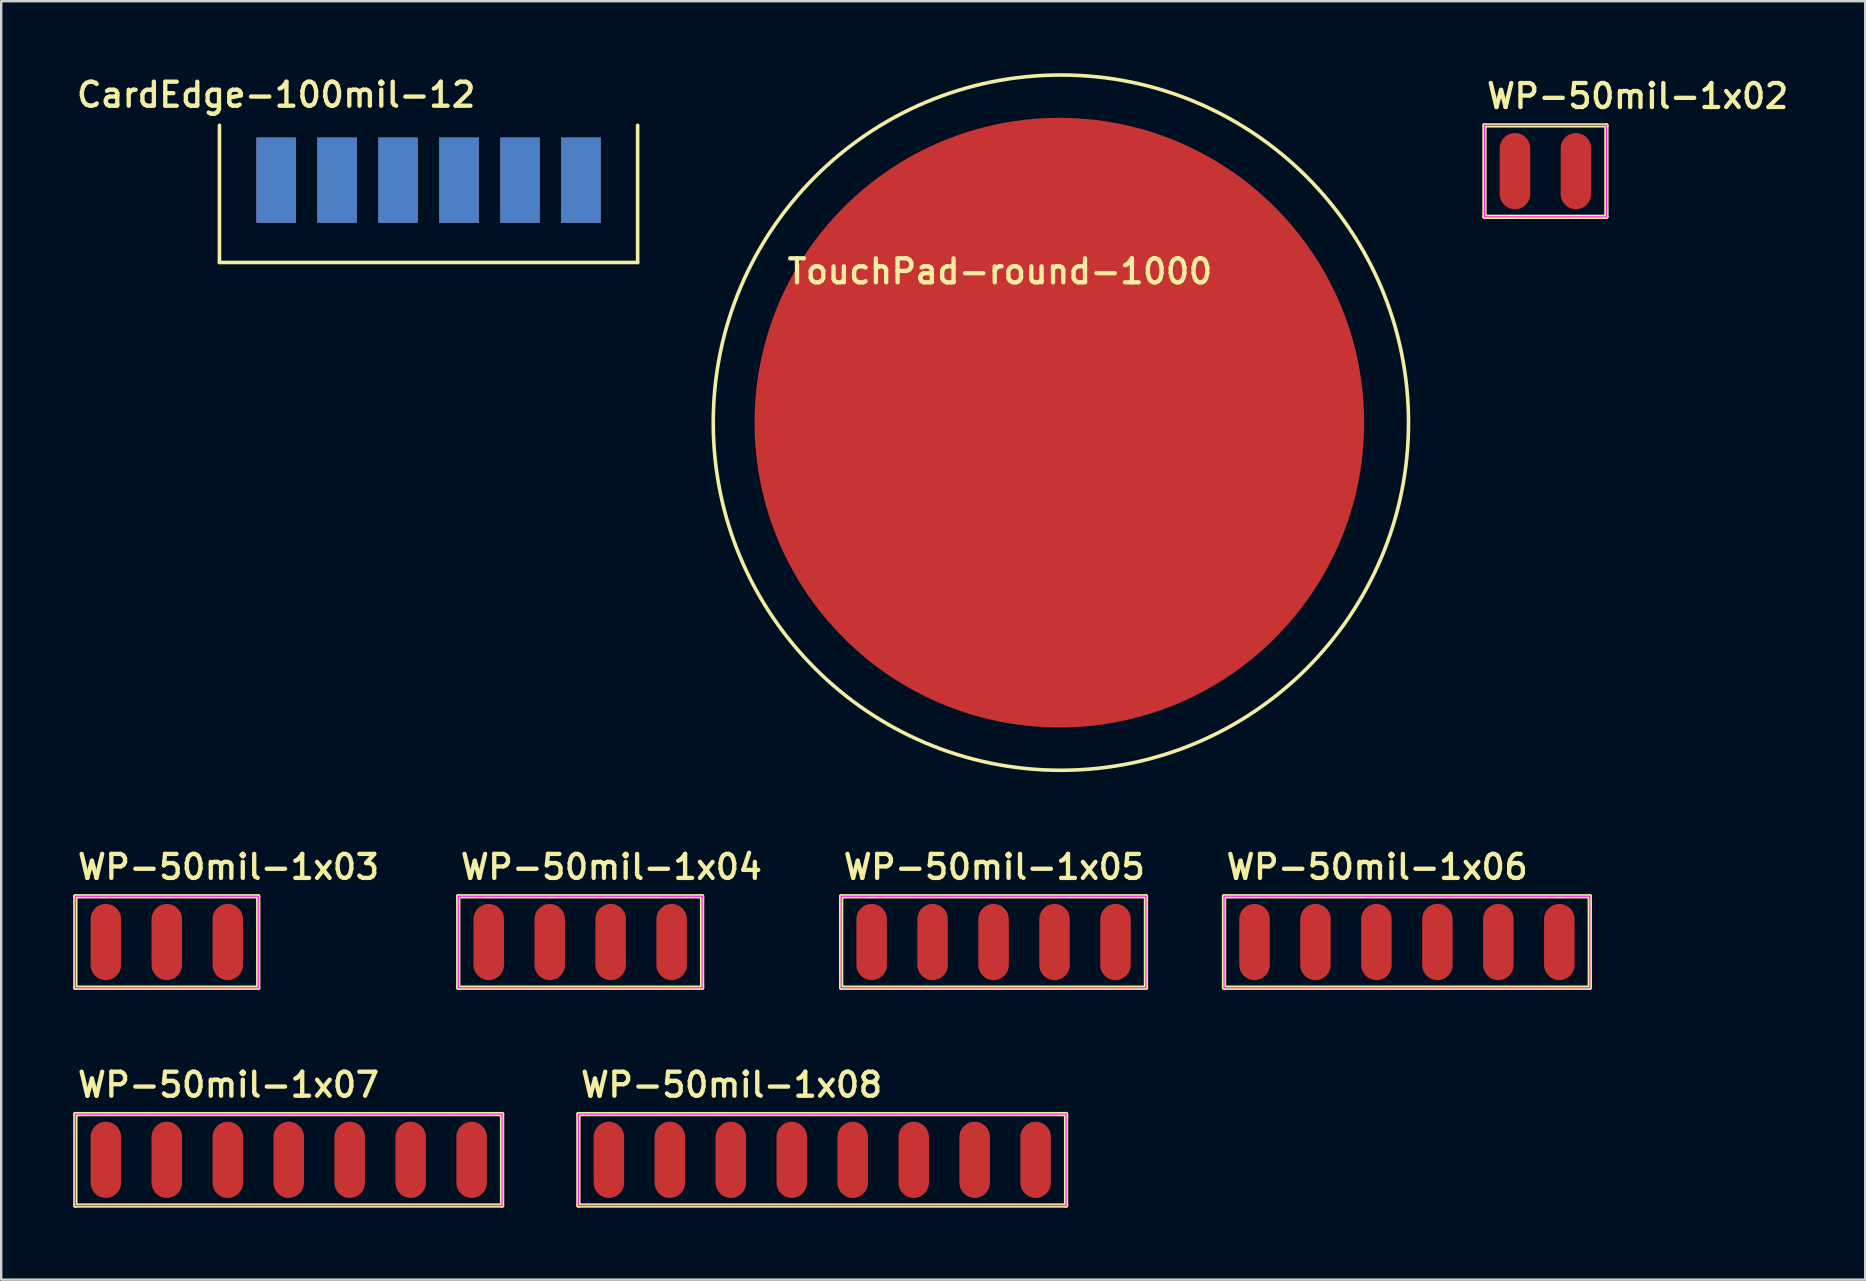
<source format=kicad_pcb>
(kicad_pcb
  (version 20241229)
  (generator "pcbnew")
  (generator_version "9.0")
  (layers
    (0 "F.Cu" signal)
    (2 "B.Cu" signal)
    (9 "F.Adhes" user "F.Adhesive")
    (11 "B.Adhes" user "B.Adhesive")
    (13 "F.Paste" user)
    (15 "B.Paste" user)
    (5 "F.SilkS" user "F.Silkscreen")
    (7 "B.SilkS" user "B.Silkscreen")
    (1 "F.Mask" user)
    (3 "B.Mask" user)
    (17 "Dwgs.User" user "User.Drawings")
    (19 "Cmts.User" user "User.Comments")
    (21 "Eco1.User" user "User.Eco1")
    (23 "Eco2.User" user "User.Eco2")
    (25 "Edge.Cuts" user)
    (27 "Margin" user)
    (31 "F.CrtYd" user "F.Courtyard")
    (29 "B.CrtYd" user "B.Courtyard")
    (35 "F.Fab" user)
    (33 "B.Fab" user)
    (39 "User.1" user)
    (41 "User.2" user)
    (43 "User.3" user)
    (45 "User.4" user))
  (footprint "WP-50mil-1x07"
    (layer "F.Cu")
    (at 8.98 45.275)
    (property "Reference" "WP-50mil-1x07" (at -8.89 -2.54 0) (layer "F.SilkS") (effects (font (size 1 1) (thickness 0.18)) (justify left bottom)))
    (attr exclude_from_pos_files exclude_from_bom)
    (fp_line (start -8.89 -1.905) (end 8.89 -1.905) (stroke (width 0.18) (type solid)) (layer "F.SilkS"))
    (fp_line (start -8.89 1.905) (end -8.89 -1.905) (stroke (width 0.18) (type solid)) (layer "F.SilkS"))
    (fp_line (start 8.89 -1.905) (end 8.89 1.905) (stroke (width 0.18) (type solid)) (layer "F.SilkS"))
    (fp_line (start 8.89 1.905) (end -8.89 1.905) (stroke (width 0.18) (type solid)) (layer "F.SilkS"))
    (fp_line (start -8.89 -1.905) (end 8.89 -1.905) (stroke (width 0.05) (type solid)) (layer "F.CrtYd"))
    (fp_line (start -8.89 1.905) (end -8.89 -1.905) (stroke (width 0.05) (type solid)) (layer "F.CrtYd"))
    (fp_line (start 8.89 -1.905) (end 8.89 1.905) (stroke (width 0.05) (type solid)) (layer "F.CrtYd"))
    (fp_line (start 8.89 1.905) (end -8.89 1.905) (stroke (width 0.05) (type solid)) (layer "F.CrtYd"))
    (pad "1" smd oval (at -7.62 0) (size 1.27 3.175) (layers "F.Cu" "F.Mask" "F.Paste"))
    (pad "2" smd oval (at -5.08 0) (size 1.27 3.175) (layers "F.Cu" "F.Mask" "F.Paste"))
    (pad "3" smd oval (at -2.54 0) (size 1.27 3.175) (layers "F.Cu" "F.Mask" "F.Paste"))
    (pad "4" smd oval (at 0 0) (size 1.27 3.175) (layers "F.Cu" "F.Mask" "F.Paste"))
    (pad "5" smd oval (at 2.54 0) (size 1.27 3.175) (layers "F.Cu" "F.Mask" "F.Paste"))
    (pad "6" smd oval (at 5.08 0) (size 1.27 3.175) (layers "F.Cu" "F.Mask" "F.Paste"))
    (pad "7" smd oval (at 7.62 0) (size 1.27 3.175) (layers "F.Cu" "F.Mask" "F.Paste")))
  (footprint "WP-50mil-1x06"
    (layer "F.Cu")
    (at 55.571 36.2)
    (property "Reference" "WP-50mil-1x06" (at -7.62 -2.54 0) (layer "F.SilkS") (effects (font (size 1 1) (thickness 0.18)) (justify left bottom)))
    (attr exclude_from_pos_files exclude_from_bom)
    (fp_line (start -7.62 -1.905) (end 7.62 -1.905) (stroke (width 0.18) (type solid)) (layer "F.SilkS"))
    (fp_line (start -7.62 1.905) (end -7.62 -1.905) (stroke (width 0.18) (type solid)) (layer "F.SilkS"))
    (fp_line (start 7.62 -1.905) (end 7.62 1.905) (stroke (width 0.18) (type solid)) (layer "F.SilkS"))
    (fp_line (start 7.62 1.905) (end -7.62 1.905) (stroke (width 0.18) (type solid)) (layer "F.SilkS"))
    (fp_line (start -7.62 -1.905) (end 7.62 -1.905) (stroke (width 0.05) (type solid)) (layer "F.CrtYd"))
    (fp_line (start -7.62 1.905) (end -7.62 -1.905) (stroke (width 0.05) (type solid)) (layer "F.CrtYd"))
    (fp_line (start 7.62 -1.905) (end 7.62 1.905) (stroke (width 0.05) (type solid)) (layer "F.CrtYd"))
    (fp_line (start 7.62 1.905) (end -7.62 1.905) (stroke (width 0.05) (type solid)) (layer "F.CrtYd"))
    (pad "1" smd oval (at -6.35 0) (size 1.27 3.175) (layers "F.Cu" "F.Mask" "F.Paste"))
    (pad "2" smd oval (at -3.81 0) (size 1.27 3.175) (layers "F.Cu" "F.Mask" "F.Paste"))
    (pad "3" smd oval (at -1.27 0) (size 1.27 3.175) (layers "F.Cu" "F.Mask" "F.Paste"))
    (pad "4" smd oval (at 1.27 0) (size 1.27 3.175) (layers "F.Cu" "F.Mask" "F.Paste"))
    (pad "5" smd oval (at 3.81 0) (size 1.27 3.175) (layers "F.Cu" "F.Mask" "F.Paste"))
    (pad "6" smd oval (at 6.35 0) (size 1.27 3.175) (layers "F.Cu" "F.Mask" "F.Paste")))
  (footprint "WP-50mil-1x05"
    (layer "F.Cu")
    (at 38.348 36.2)
    (property "Reference" "WP-50mil-1x05" (at -6.35 -2.54 0) (layer "F.SilkS") (effects (font (size 1 1) (thickness 0.18)) (justify left bottom)))
    (attr exclude_from_pos_files exclude_from_bom)
    (fp_line (start -6.35 -1.905) (end 6.35 -1.905) (stroke (width 0.18) (type solid)) (layer "F.SilkS"))
    (fp_line (start -6.35 1.905) (end -6.35 -1.905) (stroke (width 0.18) (type solid)) (layer "F.SilkS"))
    (fp_line (start 6.35 -1.905) (end 6.35 1.905) (stroke (width 0.18) (type solid)) (layer "F.SilkS"))
    (fp_line (start 6.35 1.905) (end -6.35 1.905) (stroke (width 0.18) (type solid)) (layer "F.SilkS"))
    (fp_line (start -6.35 -1.905) (end 6.35 -1.905) (stroke (width 0.05) (type solid)) (layer "F.CrtYd"))
    (fp_line (start -6.35 1.905) (end -6.35 -1.905) (stroke (width 0.05) (type solid)) (layer "F.CrtYd"))
    (fp_line (start 6.35 -1.905) (end 6.35 1.905) (stroke (width 0.05) (type solid)) (layer "F.CrtYd"))
    (fp_line (start 6.35 1.905) (end -6.35 1.905) (stroke (width 0.05) (type solid)) (layer "F.CrtYd"))
    (pad "1" smd oval (at -5.08 0) (size 1.27 3.175) (layers "F.Cu" "F.Mask" "F.Paste"))
    (pad "2" smd oval (at -2.54 0) (size 1.27 3.175) (layers "F.Cu" "F.Mask" "F.Paste"))
    (pad "3" smd oval (at 0 0) (size 1.27 3.175) (layers "F.Cu" "F.Mask" "F.Paste"))
    (pad "4" smd oval (at 2.54 0) (size 1.27 3.175) (layers "F.Cu" "F.Mask" "F.Paste"))
    (pad "5" smd oval (at 5.08 0) (size 1.27 3.175) (layers "F.Cu" "F.Mask" "F.Paste")))
  (footprint "WP-50mil-1x04"
    (layer "F.Cu")
    (at 21.124 36.2)
    (property "Reference" "WP-50mil-1x04" (at -5.08 -2.54 0) (layer "F.SilkS") (effects (font (size 1 1) (thickness 0.18)) (justify left bottom)))
    (attr exclude_from_pos_files exclude_from_bom)
    (fp_line (start -5.08 -1.905) (end 5.08 -1.905) (stroke (width 0.18) (type solid)) (layer "F.SilkS"))
    (fp_line (start -5.08 1.905) (end -5.08 -1.905) (stroke (width 0.18) (type solid)) (layer "F.SilkS"))
    (fp_line (start 5.08 -1.905) (end 5.08 1.905) (stroke (width 0.18) (type solid)) (layer "F.SilkS"))
    (fp_line (start 5.08 1.905) (end -5.08 1.905) (stroke (width 0.18) (type solid)) (layer "F.SilkS"))
    (fp_line (start -5.08 -1.905) (end 5.08 -1.905) (stroke (width 0.05) (type solid)) (layer "F.CrtYd"))
    (fp_line (start -5.08 1.905) (end -5.08 -1.905) (stroke (width 0.05) (type solid)) (layer "F.CrtYd"))
    (fp_line (start 5.08 -1.905) (end 5.08 1.905) (stroke (width 0.05) (type solid)) (layer "F.CrtYd"))
    (fp_line (start 5.08 1.905) (end -5.08 1.905) (stroke (width 0.05) (type solid)) (layer "F.CrtYd"))
    (pad "1" smd oval (at -3.81 0) (size 1.27 3.175) (layers "F.Cu" "F.Mask" "F.Paste"))
    (pad "2" smd oval (at -1.27 0) (size 1.27 3.175) (layers "F.Cu" "F.Mask" "F.Paste"))
    (pad "3" smd oval (at 1.27 0) (size 1.27 3.175) (layers "F.Cu" "F.Mask" "F.Paste"))
    (pad "4" smd oval (at 3.81 0) (size 1.27 3.175) (layers "F.Cu" "F.Mask" "F.Paste")))
  (footprint "WP-50mil-1x08"
    (layer "F.Cu")
    (at 31.21 45.275)
    (property "Reference" "WP-50mil-1x08" (at -10.16 -2.54 0) (layer "F.SilkS") (effects (font (size 1 1) (thickness 0.18)) (justify left bottom)))
    (attr exclude_from_pos_files exclude_from_bom)
    (fp_line (start -10.16 -1.905) (end 10.16 -1.905) (stroke (width 0.18) (type solid)) (layer "F.SilkS"))
    (fp_line (start -10.16 1.905) (end -10.16 -1.905) (stroke (width 0.18) (type solid)) (layer "F.SilkS"))
    (fp_line (start 10.16 -1.905) (end 10.16 1.905) (stroke (width 0.18) (type solid)) (layer "F.SilkS"))
    (fp_line (start 10.16 1.905) (end -10.16 1.905) (stroke (width 0.18) (type solid)) (layer "F.SilkS"))
    (fp_line (start -10.16 -1.905) (end 10.16 -1.905) (stroke (width 0.05) (type solid)) (layer "F.CrtYd"))
    (fp_line (start -10.16 1.905) (end -10.16 -1.905) (stroke (width 0.05) (type solid)) (layer "F.CrtYd"))
    (fp_line (start 10.16 -1.905) (end 10.16 1.905) (stroke (width 0.05) (type solid)) (layer "F.CrtYd"))
    (fp_line (start 10.16 1.905) (end -10.16 1.905) (stroke (width 0.05) (type solid)) (layer "F.CrtYd"))
    (pad "1" smd oval (at -8.89 0) (size 1.27 3.175) (layers "F.Cu" "F.Mask" "F.Paste"))
    (pad "2" smd oval (at -6.35 0) (size 1.27 3.175) (layers "F.Cu" "F.Mask" "F.Paste"))
    (pad "3" smd oval (at -3.81 0) (size 1.27 3.175) (layers "F.Cu" "F.Mask" "F.Paste"))
    (pad "4" smd oval (at -1.27 0) (size 1.27 3.175) (layers "F.Cu" "F.Mask" "F.Paste"))
    (pad "5" smd oval (at 1.27 0) (size 1.27 3.175) (layers "F.Cu" "F.Mask" "F.Paste"))
    (pad "6" smd oval (at 3.81 0) (size 1.27 3.175) (layers "F.Cu" "F.Mask" "F.Paste"))
    (pad "7" smd oval (at 6.35 0) (size 1.27 3.175) (layers "F.Cu" "F.Mask" "F.Paste"))
    (pad "8" smd oval (at 8.89 0) (size 1.27 3.175) (layers "F.Cu" "F.Mask" "F.Paste")))
  (footprint "WP-50mil-1x03"
    (layer "F.Cu")
    (at 3.9 36.2)
    (property "Reference" "WP-50mil-1x03" (at -3.81 -2.54 0) (layer "F.SilkS") (effects (font (size 1 1) (thickness 0.18)) (justify left bottom)))
    (attr exclude_from_pos_files exclude_from_bom)
    (fp_line (start -3.81 -1.905) (end 3.81 -1.905) (stroke (width 0.18) (type solid)) (layer "F.SilkS"))
    (fp_line (start -3.81 1.905) (end -3.81 -1.905) (stroke (width 0.18) (type solid)) (layer "F.SilkS"))
    (fp_line (start 3.81 -1.905) (end 3.81 1.905) (stroke (width 0.18) (type solid)) (layer "F.SilkS"))
    (fp_line (start 3.81 1.905) (end -3.81 1.905) (stroke (width 0.18) (type solid)) (layer "F.SilkS"))
    (fp_line (start -3.81 -1.905) (end 3.81 -1.905) (stroke (width 0.05) (type solid)) (layer "F.CrtYd"))
    (fp_line (start -3.81 1.905) (end -3.81 -1.905) (stroke (width 0.05) (type solid)) (layer "F.CrtYd"))
    (fp_line (start 3.81 -1.905) (end 3.81 1.905) (stroke (width 0.05) (type solid)) (layer "F.CrtYd"))
    (fp_line (start 3.81 1.905) (end -3.81 1.905) (stroke (width 0.05) (type solid)) (layer "F.CrtYd"))
    (pad "1" smd oval (at -2.54 0) (size 1.27 3.175) (layers "F.Cu" "F.Mask" "F.Paste"))
    (pad "2" smd oval (at 0 0) (size 1.27 3.175) (layers "F.Cu" "F.Mask" "F.Paste"))
    (pad "3" smd oval (at 2.54 0) (size 1.27 3.175) (layers "F.Cu" "F.Mask" "F.Paste")))
  (footprint "CardEdge-100mil-12"
    (layer "F.Cu")
    (at 14.806 7.886)
    (property "Reference" "CardEdge-100mil-12" (at -6.35 -6.985 0) (layer "F.SilkS") (effects (font (size 1 1) (thickness 0.18))))
    (attr through_hole)
    (fp_line (start -8.712 0) (end -8.712 -5.715) (stroke (width 0.15) (type solid)) (layer "F.SilkS"))
    (fp_line (start 8.712 0) (end -8.712 0) (stroke (width 0.15) (type solid)) (layer "F.SilkS"))
    (fp_line (start 8.712 0) (end 8.712 -5.715) (stroke (width 0.15) (type solid)) (layer "F.SilkS"))
    (pad "1" smd rect (at -6.35 -3.429) (size 1.651 3.556) (layers "F.Cu"))
    (pad "2" smd rect (at -6.35 -3.429) (size 1.651 3.556) (layers "B.Cu"))
    (pad "3" smd rect (at -3.81 -3.429) (size 1.651 3.556) (layers "F.Cu"))
    (pad "4" smd rect (at -3.81 -3.429) (size 1.651 3.556) (layers "B.Cu"))
    (pad "5" smd rect (at -1.27 -3.429) (size 1.651 3.556) (layers "F.Cu"))
    (pad "6" smd rect (at -1.27 -3.429) (size 1.651 3.556) (layers "B.Cu"))
    (pad "7" smd rect (at 1.27 -3.429) (size 1.651 3.556) (layers "F.Cu"))
    (pad "8" smd rect (at 1.27 -3.429) (size 1.651 3.556) (layers "B.Cu"))
    (pad "9" smd rect (at 3.81 -3.429) (size 1.651 3.556) (layers "F.Cu"))
    (pad "10" smd rect (at 3.81 -3.429) (size 1.651 3.556) (layers "B.Cu"))
    (pad "11" smd rect (at 6.35 -3.429) (size 1.651 3.556) (layers "F.Cu"))
    (pad "12" smd rect (at 6.35 -3.429) (size 1.651 3.556) (layers "B.Cu")))
  (footprint "TouchPad-round-1000"
    (layer "F.Cu")
    (at 41.089 14.56)
    (property "Reference" "TouchPad-round-1000" (at -11.43 -5.715 0) (layer "F.SilkS") (effects (font (size 1 1) (thickness 0.18)) (justify left bottom)))
    (attr through_hole)
    (fp_circle (center 0.064 0) (end -12.34 -7.48) (stroke (width 0.15) (type solid)) (fill no) (layer "F.SilkS"))
    (pad "1" smd circle (at 0 0) (size 25.4 25.4) (layers "F.Cu")))
  (footprint "WP-50mil-1x02"
    (layer "F.Cu")
    (at 61.343 4.08)
    (property "Reference" "WP-50mil-1x02" (at -2.54 -2.54 0) (layer "F.SilkS") (effects (font (size 1 1) (thickness 0.18)) (justify left bottom)))
    (attr exclude_from_pos_files exclude_from_bom)
    (fp_line (start -2.54 -1.905) (end 2.54 -1.905) (stroke (width 0.18) (type solid)) (layer "F.SilkS"))
    (fp_line (start -2.54 1.905) (end -2.54 -1.905) (stroke (width 0.18) (type solid)) (layer "F.SilkS"))
    (fp_line (start 2.54 -1.905) (end 2.54 1.905) (stroke (width 0.18) (type solid)) (layer "F.SilkS"))
    (fp_line (start 2.54 1.905) (end -2.54 1.905) (stroke (width 0.18) (type solid)) (layer "F.SilkS"))
    (fp_line (start -2.54 -1.905) (end 2.54 -1.905) (stroke (width 0.05) (type solid)) (layer "F.CrtYd"))
    (fp_line (start -2.54 1.905) (end -2.54 -1.905) (stroke (width 0.05) (type solid)) (layer "F.CrtYd"))
    (fp_line (start 2.54 -1.905) (end 2.54 1.905) (stroke (width 0.05) (type solid)) (layer "F.CrtYd"))
    (fp_line (start 2.54 1.905) (end -2.54 1.905) (stroke (width 0.05) (type solid)) (layer "F.CrtYd"))
    (pad "1" smd oval (at -1.27 0) (size 1.27 3.175) (layers "F.Cu" "F.Mask" "F.Paste"))
    (pad "2" smd oval (at 1.27 0) (size 1.27 3.175) (layers "F.Cu" "F.Mask" "F.Paste")))
  (gr_rect
    (start -3 -3)
    (end 74.667 50.27)
    (stroke (width 0.1) (type default))
    (fill no)
    (layer "Edge.Cuts")))
</source>
